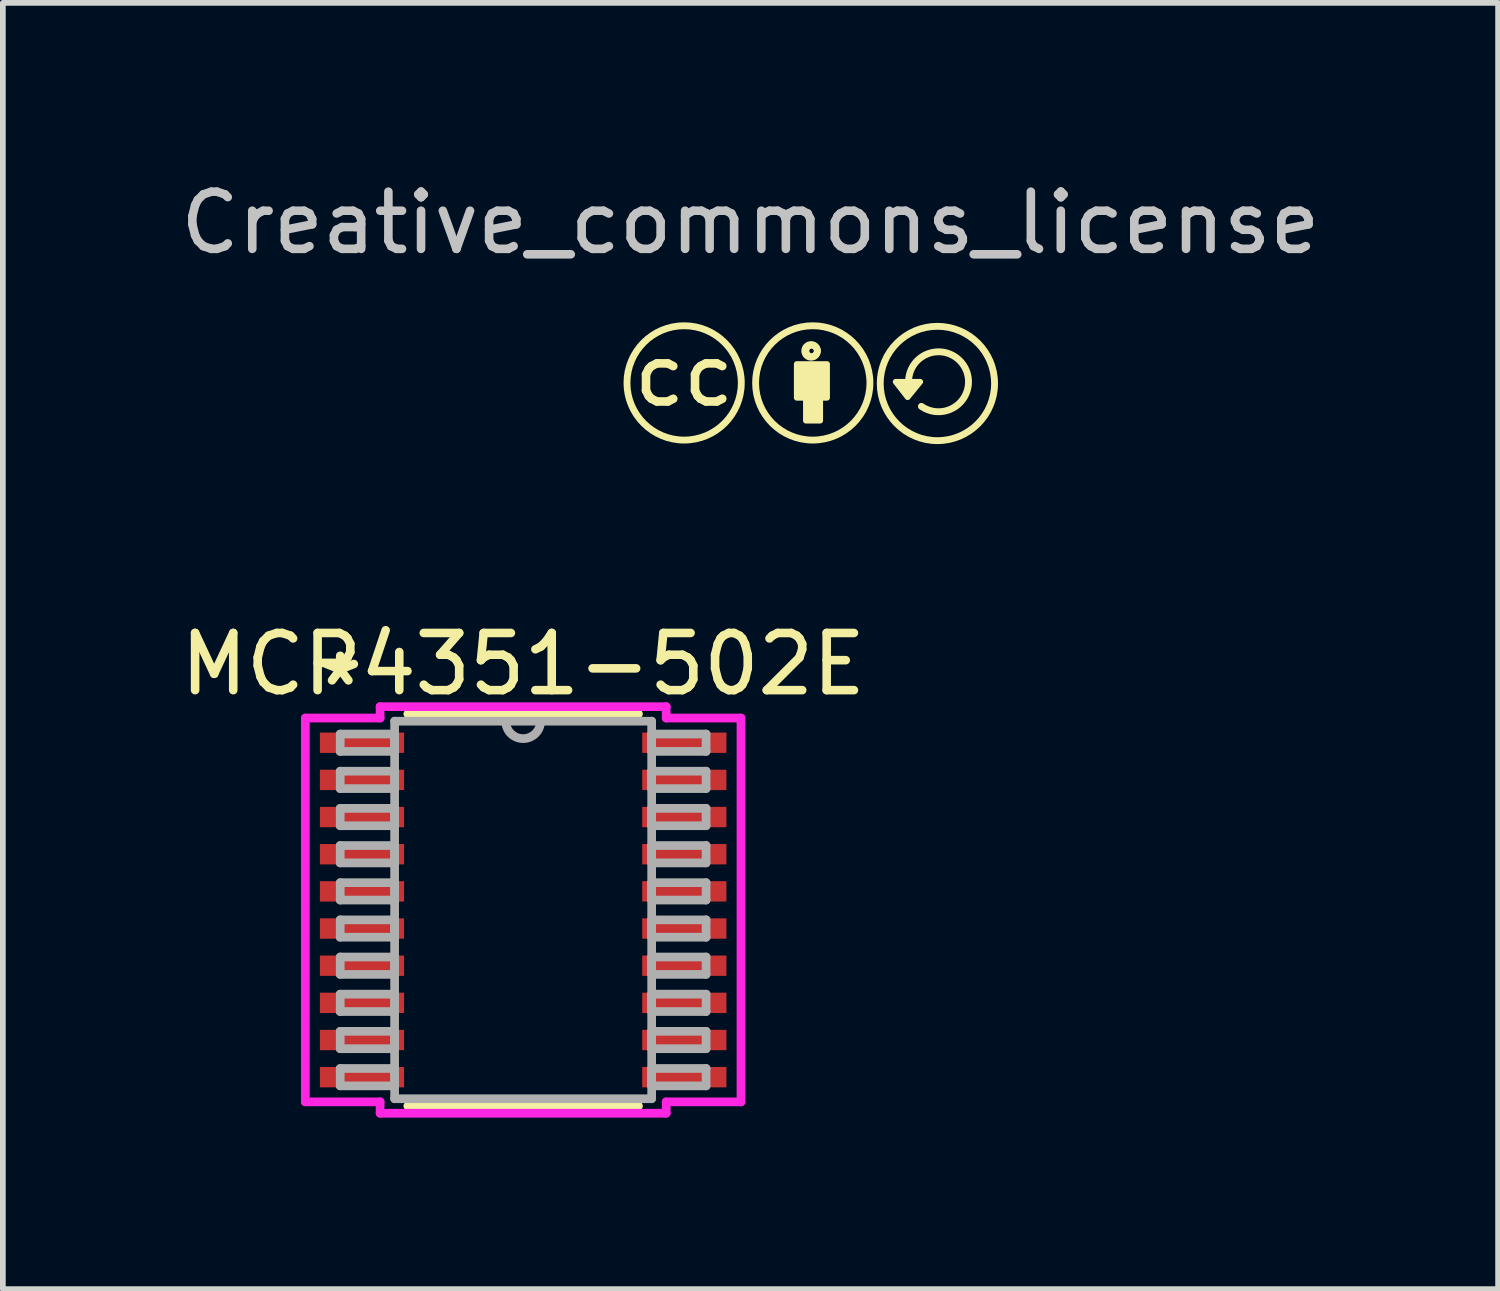
<source format=kicad_pcb>
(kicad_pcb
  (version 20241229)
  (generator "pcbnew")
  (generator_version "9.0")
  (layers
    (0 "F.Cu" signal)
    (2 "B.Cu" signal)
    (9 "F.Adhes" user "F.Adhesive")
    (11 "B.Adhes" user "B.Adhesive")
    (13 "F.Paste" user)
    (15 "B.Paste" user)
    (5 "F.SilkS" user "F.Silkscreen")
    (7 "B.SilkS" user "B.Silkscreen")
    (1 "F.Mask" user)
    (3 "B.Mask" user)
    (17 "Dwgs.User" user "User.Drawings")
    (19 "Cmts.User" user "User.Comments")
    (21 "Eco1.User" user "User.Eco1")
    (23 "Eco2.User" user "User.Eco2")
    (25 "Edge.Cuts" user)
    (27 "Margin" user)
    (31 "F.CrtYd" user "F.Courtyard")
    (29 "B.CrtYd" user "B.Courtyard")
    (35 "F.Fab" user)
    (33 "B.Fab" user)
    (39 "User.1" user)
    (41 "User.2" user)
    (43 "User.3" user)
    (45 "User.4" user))
  (footprint "MCP4351-502E"
    (layer "F.Cu")
    (at 6.101 12.867)
    (property "Reference" "MCP4351-502E" (at 0 -4.3 0) (layer "F.SilkS") (effects (font (size 1 1) (thickness 0.15))))
    (attr through_hole)
    (fp_line (start -2.017 3.429) (end 2.017 3.429) (stroke (width 0.152) (type solid)) (layer "F.SilkS"))
    (fp_line (start 2.017 -3.429) (end -2.017 -3.429) (stroke (width 0.152) (type solid)) (layer "F.SilkS"))
    (fp_line (start -3.81 -3.357) (end -2.502 -3.357) (stroke (width 0.152) (type solid)) (layer "F.CrtYd"))
    (fp_line (start -3.81 3.357) (end -3.81 -3.357) (stroke (width 0.152) (type solid)) (layer "F.CrtYd"))
    (fp_line (start -2.502 -3.556) (end 2.502 -3.556) (stroke (width 0.152) (type solid)) (layer "F.CrtYd"))
    (fp_line (start -2.502 -3.357) (end -2.502 -3.556) (stroke (width 0.152) (type solid)) (layer "F.CrtYd"))
    (fp_line (start -2.502 3.357) (end -3.81 3.357) (stroke (width 0.152) (type solid)) (layer "F.CrtYd"))
    (fp_line (start -2.502 3.556) (end -2.502 3.357) (stroke (width 0.152) (type solid)) (layer "F.CrtYd"))
    (fp_line (start 2.502 -3.556) (end 2.502 -3.357) (stroke (width 0.152) (type solid)) (layer "F.CrtYd"))
    (fp_line (start 2.502 -3.357) (end 3.81 -3.357) (stroke (width 0.152) (type solid)) (layer "F.CrtYd"))
    (fp_line (start 2.502 3.357) (end 2.502 3.556) (stroke (width 0.152) (type solid)) (layer "F.CrtYd"))
    (fp_line (start 2.502 3.556) (end -2.502 3.556) (stroke (width 0.152) (type solid)) (layer "F.CrtYd"))
    (fp_line (start 3.81 -3.357) (end 3.81 3.357) (stroke (width 0.152) (type solid)) (layer "F.CrtYd"))
    (fp_line (start 3.81 3.357) (end 2.502 3.357) (stroke (width 0.152) (type solid)) (layer "F.CrtYd"))
    (fp_line (start -3.2 -3.077) (end -3.2 -2.773) (stroke (width 0.152) (type solid)) (layer "F.Fab"))
    (fp_line (start -3.2 -2.773) (end -2.248 -2.773) (stroke (width 0.152) (type solid)) (layer "F.Fab"))
    (fp_line (start -3.2 -2.427) (end -3.2 -2.123) (stroke (width 0.152) (type solid)) (layer "F.Fab"))
    (fp_line (start -3.2 -2.123) (end -2.248 -2.123) (stroke (width 0.152) (type solid)) (layer "F.Fab"))
    (fp_line (start -3.2 -1.777) (end -3.2 -1.473) (stroke (width 0.152) (type solid)) (layer "F.Fab"))
    (fp_line (start -3.2 -1.473) (end -2.248 -1.473) (stroke (width 0.152) (type solid)) (layer "F.Fab"))
    (fp_line (start -3.2 -1.127) (end -3.2 -0.823) (stroke (width 0.152) (type solid)) (layer "F.Fab"))
    (fp_line (start -3.2 -0.823) (end -2.248 -0.823) (stroke (width 0.152) (type solid)) (layer "F.Fab"))
    (fp_line (start -3.2 -0.477) (end -3.2 -0.173) (stroke (width 0.152) (type solid)) (layer "F.Fab"))
    (fp_line (start -3.2 -0.173) (end -2.248 -0.173) (stroke (width 0.152) (type solid)) (layer "F.Fab"))
    (fp_line (start -3.2 0.173) (end -3.2 0.477) (stroke (width 0.152) (type solid)) (layer "F.Fab"))
    (fp_line (start -3.2 0.477) (end -2.248 0.477) (stroke (width 0.152) (type solid)) (layer "F.Fab"))
    (fp_line (start -3.2 0.823) (end -3.2 1.127) (stroke (width 0.152) (type solid)) (layer "F.Fab"))
    (fp_line (start -3.2 1.127) (end -2.248 1.127) (stroke (width 0.152) (type solid)) (layer "F.Fab"))
    (fp_line (start -3.2 1.473) (end -3.2 1.777) (stroke (width 0.152) (type solid)) (layer "F.Fab"))
    (fp_line (start -3.2 1.777) (end -2.248 1.777) (stroke (width 0.152) (type solid)) (layer "F.Fab"))
    (fp_line (start -3.2 2.123) (end -3.2 2.427) (stroke (width 0.152) (type solid)) (layer "F.Fab"))
    (fp_line (start -3.2 2.427) (end -2.248 2.427) (stroke (width 0.152) (type solid)) (layer "F.Fab"))
    (fp_line (start -3.2 2.773) (end -3.2 3.077) (stroke (width 0.152) (type solid)) (layer "F.Fab"))
    (fp_line (start -3.2 3.077) (end -2.248 3.077) (stroke (width 0.152) (type solid)) (layer "F.Fab"))
    (fp_line (start -2.248 -3.302) (end -2.248 3.302) (stroke (width 0.152) (type solid)) (layer "F.Fab"))
    (fp_line (start -2.248 -3.077) (end -3.2 -3.077) (stroke (width 0.152) (type solid)) (layer "F.Fab"))
    (fp_line (start -2.248 -2.773) (end -2.248 -3.077) (stroke (width 0.152) (type solid)) (layer "F.Fab"))
    (fp_line (start -2.248 -2.427) (end -3.2 -2.427) (stroke (width 0.152) (type solid)) (layer "F.Fab"))
    (fp_line (start -2.248 -2.123) (end -2.248 -2.427) (stroke (width 0.152) (type solid)) (layer "F.Fab"))
    (fp_line (start -2.248 -1.777) (end -3.2 -1.777) (stroke (width 0.152) (type solid)) (layer "F.Fab"))
    (fp_line (start -2.248 -1.473) (end -2.248 -1.777) (stroke (width 0.152) (type solid)) (layer "F.Fab"))
    (fp_line (start -2.248 -1.127) (end -3.2 -1.127) (stroke (width 0.152) (type solid)) (layer "F.Fab"))
    (fp_line (start -2.248 -0.823) (end -2.248 -1.127) (stroke (width 0.152) (type solid)) (layer "F.Fab"))
    (fp_line (start -2.248 -0.477) (end -3.2 -0.477) (stroke (width 0.152) (type solid)) (layer "F.Fab"))
    (fp_line (start -2.248 -0.173) (end -2.248 -0.477) (stroke (width 0.152) (type solid)) (layer "F.Fab"))
    (fp_line (start -2.248 0.173) (end -3.2 0.173) (stroke (width 0.152) (type solid)) (layer "F.Fab"))
    (fp_line (start -2.248 0.477) (end -2.248 0.173) (stroke (width 0.152) (type solid)) (layer "F.Fab"))
    (fp_line (start -2.248 0.823) (end -3.2 0.823) (stroke (width 0.152) (type solid)) (layer "F.Fab"))
    (fp_line (start -2.248 1.127) (end -2.248 0.823) (stroke (width 0.152) (type solid)) (layer "F.Fab"))
    (fp_line (start -2.248 1.473) (end -3.2 1.473) (stroke (width 0.152) (type solid)) (layer "F.Fab"))
    (fp_line (start -2.248 1.777) (end -2.248 1.473) (stroke (width 0.152) (type solid)) (layer "F.Fab"))
    (fp_line (start -2.248 2.123) (end -3.2 2.123) (stroke (width 0.152) (type solid)) (layer "F.Fab"))
    (fp_line (start -2.248 2.427) (end -2.248 2.123) (stroke (width 0.152) (type solid)) (layer "F.Fab"))
    (fp_line (start -2.248 2.773) (end -3.2 2.773) (stroke (width 0.152) (type solid)) (layer "F.Fab"))
    (fp_line (start -2.248 3.077) (end -2.248 2.773) (stroke (width 0.152) (type solid)) (layer "F.Fab"))
    (fp_line (start -2.248 3.302) (end 2.248 3.302) (stroke (width 0.152) (type solid)) (layer "F.Fab"))
    (fp_line (start 2.248 -3.302) (end -2.248 -3.302) (stroke (width 0.152) (type solid)) (layer "F.Fab"))
    (fp_line (start 2.248 -3.077) (end 2.248 -2.773) (stroke (width 0.152) (type solid)) (layer "F.Fab"))
    (fp_line (start 2.248 -2.773) (end 3.2 -2.773) (stroke (width 0.152) (type solid)) (layer "F.Fab"))
    (fp_line (start 2.248 -2.427) (end 2.248 -2.123) (stroke (width 0.152) (type solid)) (layer "F.Fab"))
    (fp_line (start 2.248 -2.123) (end 3.2 -2.123) (stroke (width 0.152) (type solid)) (layer "F.Fab"))
    (fp_line (start 2.248 -1.777) (end 2.248 -1.473) (stroke (width 0.152) (type solid)) (layer "F.Fab"))
    (fp_line (start 2.248 -1.473) (end 3.2 -1.473) (stroke (width 0.152) (type solid)) (layer "F.Fab"))
    (fp_line (start 2.248 -1.127) (end 2.248 -0.823) (stroke (width 0.152) (type solid)) (layer "F.Fab"))
    (fp_line (start 2.248 -0.823) (end 3.2 -0.823) (stroke (width 0.152) (type solid)) (layer "F.Fab"))
    (fp_line (start 2.248 -0.477) (end 2.248 -0.173) (stroke (width 0.152) (type solid)) (layer "F.Fab"))
    (fp_line (start 2.248 -0.173) (end 3.2 -0.173) (stroke (width 0.152) (type solid)) (layer "F.Fab"))
    (fp_line (start 2.248 0.173) (end 2.248 0.477) (stroke (width 0.152) (type solid)) (layer "F.Fab"))
    (fp_line (start 2.248 0.477) (end 3.2 0.477) (stroke (width 0.152) (type solid)) (layer "F.Fab"))
    (fp_line (start 2.248 0.823) (end 2.248 1.127) (stroke (width 0.152) (type solid)) (layer "F.Fab"))
    (fp_line (start 2.248 1.127) (end 3.2 1.127) (stroke (width 0.152) (type solid)) (layer "F.Fab"))
    (fp_line (start 2.248 1.473) (end 2.248 1.777) (stroke (width 0.152) (type solid)) (layer "F.Fab"))
    (fp_line (start 2.248 1.777) (end 3.2 1.777) (stroke (width 0.152) (type solid)) (layer "F.Fab"))
    (fp_line (start 2.248 2.123) (end 2.248 2.427) (stroke (width 0.152) (type solid)) (layer "F.Fab"))
    (fp_line (start 2.248 2.427) (end 3.2 2.427) (stroke (width 0.152) (type solid)) (layer "F.Fab"))
    (fp_line (start 2.248 2.773) (end 2.248 3.077) (stroke (width 0.152) (type solid)) (layer "F.Fab"))
    (fp_line (start 2.248 3.077) (end 3.2 3.077) (stroke (width 0.152) (type solid)) (layer "F.Fab"))
    (fp_line (start 2.248 3.302) (end 2.248 -3.302) (stroke (width 0.152) (type solid)) (layer "F.Fab"))
    (fp_line (start 3.2 -3.077) (end 2.248 -3.077) (stroke (width 0.152) (type solid)) (layer "F.Fab"))
    (fp_line (start 3.2 -2.773) (end 3.2 -3.077) (stroke (width 0.152) (type solid)) (layer "F.Fab"))
    (fp_line (start 3.2 -2.427) (end 2.248 -2.427) (stroke (width 0.152) (type solid)) (layer "F.Fab"))
    (fp_line (start 3.2 -2.123) (end 3.2 -2.427) (stroke (width 0.152) (type solid)) (layer "F.Fab"))
    (fp_line (start 3.2 -1.777) (end 2.248 -1.777) (stroke (width 0.152) (type solid)) (layer "F.Fab"))
    (fp_line (start 3.2 -1.473) (end 3.2 -1.777) (stroke (width 0.152) (type solid)) (layer "F.Fab"))
    (fp_line (start 3.2 -1.127) (end 2.248 -1.127) (stroke (width 0.152) (type solid)) (layer "F.Fab"))
    (fp_line (start 3.2 -0.823) (end 3.2 -1.127) (stroke (width 0.152) (type solid)) (layer "F.Fab"))
    (fp_line (start 3.2 -0.477) (end 2.248 -0.477) (stroke (width 0.152) (type solid)) (layer "F.Fab"))
    (fp_line (start 3.2 -0.173) (end 3.2 -0.477) (stroke (width 0.152) (type solid)) (layer "F.Fab"))
    (fp_line (start 3.2 0.173) (end 2.248 0.173) (stroke (width 0.152) (type solid)) (layer "F.Fab"))
    (fp_line (start 3.2 0.477) (end 3.2 0.173) (stroke (width 0.152) (type solid)) (layer "F.Fab"))
    (fp_line (start 3.2 0.823) (end 2.248 0.823) (stroke (width 0.152) (type solid)) (layer "F.Fab"))
    (fp_line (start 3.2 1.127) (end 3.2 0.823) (stroke (width 0.152) (type solid)) (layer "F.Fab"))
    (fp_line (start 3.2 1.473) (end 2.248 1.473) (stroke (width 0.152) (type solid)) (layer "F.Fab"))
    (fp_line (start 3.2 1.777) (end 3.2 1.473) (stroke (width 0.152) (type solid)) (layer "F.Fab"))
    (fp_line (start 3.2 2.123) (end 2.248 2.123) (stroke (width 0.152) (type solid)) (layer "F.Fab"))
    (fp_line (start 3.2 2.427) (end 3.2 2.123) (stroke (width 0.152) (type solid)) (layer "F.Fab"))
    (fp_line (start 3.2 2.773) (end 2.248 2.773) (stroke (width 0.152) (type solid)) (layer "F.Fab"))
    (fp_line (start 3.2 3.077) (end 3.2 2.773) (stroke (width 0.152) (type solid)) (layer "F.Fab"))
    (fp_arc (start 0.3048 -3.302) (mid 0 -2.9972) (end -0.3048 -3.302) (stroke (width 0.1524) (type solid)) (layer "F.Fab"))
    (fp_text user "*" (at -3.2 -3.9 0) (layer "F.SilkS") (effects (font (size 1 1) (thickness 0.15))))
    (pad "1" smd rect (at -2.819 -2.925) (size 1.473 0.356) (layers "F.Cu" "F.Mask" "F.Paste"))
    (pad "2" smd rect (at -2.819 -2.275) (size 1.473 0.356) (layers "F.Cu" "F.Mask" "F.Paste"))
    (pad "3" smd rect (at -2.819 -1.625) (size 1.473 0.356) (layers "F.Cu" "F.Mask" "F.Paste"))
    (pad "4" smd rect (at -2.819 -0.975) (size 1.473 0.356) (layers "F.Cu" "F.Mask" "F.Paste"))
    (pad "5" smd rect (at -2.819 -0.325) (size 1.473 0.356) (layers "F.Cu" "F.Mask" "F.Paste"))
    (pad "6" smd rect (at -2.819 0.325) (size 1.473 0.356) (layers "F.Cu" "F.Mask" "F.Paste"))
    (pad "7" smd rect (at -2.819 0.975) (size 1.473 0.356) (layers "F.Cu" "F.Mask" "F.Paste"))
    (pad "8" smd rect (at -2.819 1.625) (size 1.473 0.356) (layers "F.Cu" "F.Mask" "F.Paste"))
    (pad "9" smd rect (at -2.819 2.275) (size 1.473 0.356) (layers "F.Cu" "F.Mask" "F.Paste"))
    (pad "10" smd rect (at -2.819 2.925) (size 1.473 0.356) (layers "F.Cu" "F.Mask" "F.Paste"))
    (pad "11" smd rect (at 2.819 2.925) (size 1.473 0.356) (layers "F.Cu" "F.Mask" "F.Paste"))
    (pad "12" smd rect (at 2.819 2.275) (size 1.473 0.356) (layers "F.Cu" "F.Mask" "F.Paste"))
    (pad "13" smd rect (at 2.819 1.625) (size 1.473 0.356) (layers "F.Cu" "F.Mask" "F.Paste"))
    (pad "14" smd rect (at 2.819 0.975) (size 1.473 0.356) (layers "F.Cu" "F.Mask" "F.Paste"))
    (pad "15" smd rect (at 2.819 0.325) (size 1.473 0.356) (layers "F.Cu" "F.Mask" "F.Paste"))
    (pad "16" smd rect (at 2.819 -0.325) (size 1.473 0.356) (layers "F.Cu" "F.Mask" "F.Paste"))
    (pad "17" smd rect (at 2.819 -0.975) (size 1.473 0.356) (layers "F.Cu" "F.Mask" "F.Paste"))
    (pad "18" smd rect (at 2.819 -1.625) (size 1.473 0.356) (layers "F.Cu" "F.Mask" "F.Paste"))
    (pad "19" smd rect (at 2.819 -2.275) (size 1.473 0.356) (layers "F.Cu" "F.Mask" "F.Paste"))
    (pad "20" smd rect (at 2.819 -2.925) (size 1.473 0.356) (layers "F.Cu" "F.Mask" "F.Paste")))
  (footprint "Creative_commons_license"
    (layer "F.Cu")
    (at 9.917 2.518)
    (property "Reference" "Creative_commons_license" (at 0.16 -1.67 0) (layer "Dwgs.User") (effects (font (size 1 1) (thickness 0.15))))
    (attr through_hole)
    (fp_arc (start 2.925753 1.101936) (mid 3.916713 0.871088) (end 3.15 1.54) (stroke (width 0.12) (type solid)) (layer "F.SilkS"))
    (fp_circle (center -1 1.13) (end -1 2.13) (stroke (width 0.12) (type solid)) (fill no) (layer "F.SilkS"))
    (fp_circle (center 1.22 0.57) (end 1.26 0.54) (stroke (width 0.12) (type solid)) (fill no) (layer "F.SilkS"))
    (fp_circle (center 1.23 0.57) (end 1.33 0.57) (stroke (width 0.12) (type solid)) (fill no) (layer "F.SilkS"))
    (fp_circle (center 1.25 1.13) (end 1.25 2.13) (stroke (width 0.12) (type solid)) (fill no) (layer "F.SilkS"))
    (fp_circle (center 3.43 1.14) (end 3.43 2.14) (stroke (width 0.12) (type solid)) (fill no) (layer "F.SilkS"))
    (fp_poly (pts (xy 2.91 1.38) (xy 2.7 1.11) (xy 3.13 1.11)) (stroke (width 0.1) (type solid)) (fill yes) (layer "F.SilkS"))
    (fp_poly (pts (xy 1.38 1.79) (xy 1.13 1.79) (xy 1.13 1.43) (xy 1.38 1.42)) (stroke (width 0.1) (type solid)) (fill yes) (layer "F.SilkS"))
    (fp_poly (pts (xy 1.5 1.39) (xy 0.97 1.39) (xy 0.97 0.8) (xy 1.5 0.8)) (stroke (width 0.1) (type solid)) (fill yes) (layer "F.SilkS"))
    (fp_text user "cc" (at -1 1 0) (layer "F.SilkS") (effects (font (size 1 1) (thickness 0.15)))))
  (gr_rect
    (start -3 -3)
    (end 23.155 19.499)
    (stroke (width 0.1) (type default))
    (fill no)
    (layer "Edge.Cuts")))
</source>
